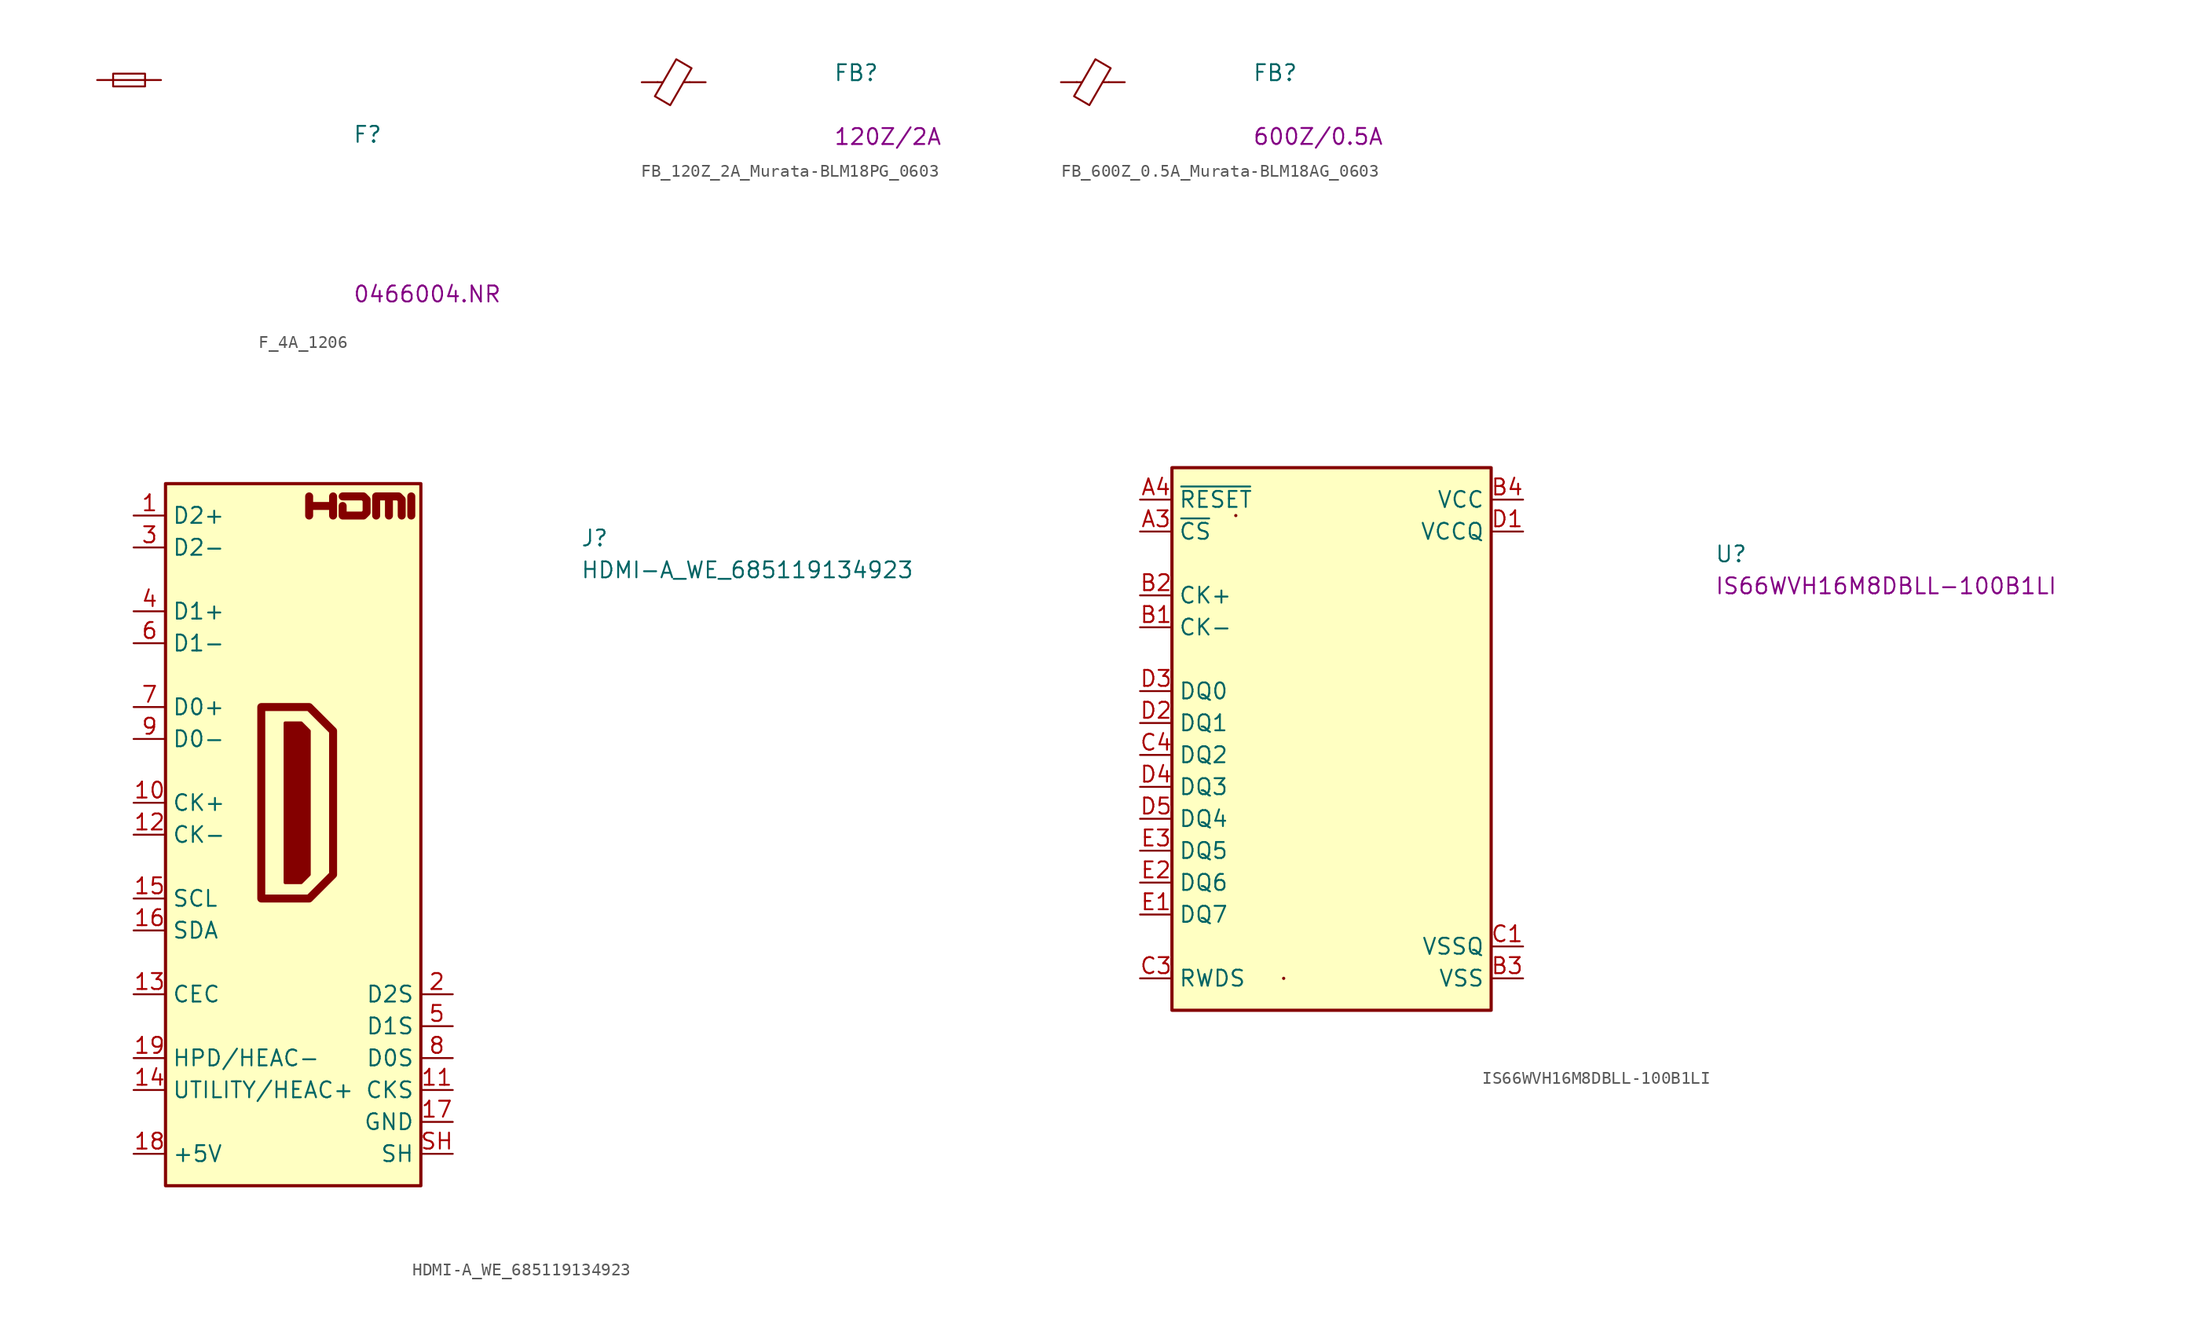
<source format=kicad_sym>
(kicad_symbol_lib
  (version 20220914)
  (generator kicad_symbol_editor)
  (symbol "F_4A_1206"
    (pin_numbers hide)
    (pin_names
      (offset 0.991) hide)
    (property "Reference" "F"
      (at 20.32 -5.08 0)
      (effects (font (size 1.27 1.27) (thickness 0.15)) (justify left bottom)))
    (property "MPN" "0466004.NR "
      (at 20.32 -17.78 0)
      (effects (font (size 1.27 1.27) (thickness 0.15)) (justify left bottom)))
    (symbol "F_4A_1206_0_1"
      (polyline (pts (xy 1.27 0) (xy 3.81 0)) (stroke (width 0) (type default)) (fill (type none)))
      (rectangle (start 1.27 0.508) (end 3.81 -0.508) (stroke (width 0) (type default)) (fill (type none))))
    (symbol "F_4A_1206_1_1"
      (pin passive line (at 0 0 0) (length 1.27) (name "~" (effects (font (size 1.27 1.27)))) (number "1" (effects (font (size 1.27 1.27)))))
      (pin passive line (at 5.08 0 180) (length 1.27) (name "~" (effects (font (size 1.27 1.27)))) (number "2" (effects (font (size 1.27 1.27)))))))
  (symbol "FB_120Z_2A_Murata-BLM18PG_0603"
    (pin_numbers hide)
    (pin_names hide)
    (property "Reference" "FB"
      (at 15.24 0 0)
      (effects (font (size 1.27 1.27) (thickness 0.15)) (justify left bottom)))
    (property "Val" "120Z/2A"
      (at 15.24 -5.08 0)
      (effects (font (size 1.27 1.27)) (justify left bottom)))
    (symbol "FB_120Z_2A_Murata-BLM18PG_0603_0_1"
      (polyline (pts (xy 1.651 0) (xy 1.245 0)) (stroke (width 0) (type default)) (fill (type none)))
      (polyline (pts (xy 3.81 0) (xy 3.327 0)) (stroke (width 0) (type default)) (fill (type none)))
      (polyline (pts (xy 2.261 -1.829) (xy 1.041 -1.118) (xy 2.743 1.829) (xy 3.962 1.118) (xy 2.261 -1.829)) (stroke (width 0) (type default)) (fill (type none))))
    (symbol "FB_120Z_2A_Murata-BLM18PG_0603_1_1"
      (pin passive line (at 0 0 0) (length 1.27) (name "~" (effects (font (size 1.27 1.27)))) (number "1" (effects (font (size 1.27 1.27)))))
      (pin passive line (at 5.08 0 180) (length 1.27) (name "~" (effects (font (size 1.27 1.27)))) (number "2" (effects (font (size 1.27 1.27)))))))
  (symbol "FB_600Z_0.5A_Murata-BLM18AG_0603"
    (pin_numbers hide)
    (pin_names hide)
    (property "Reference" "FB"
      (at 15.24 0 0)
      (effects (font (size 1.27 1.27) (thickness 0.15)) (justify left bottom)))
    (property "Val" "600Z/0.5A"
      (at 15.24 -5.08 0)
      (effects (font (size 1.27 1.27)) (justify left bottom)))
    (symbol "FB_600Z_0.5A_Murata-BLM18AG_0603_0_1"
      (polyline (pts (xy 1.651 0) (xy 1.245 0)) (stroke (width 0) (type default)) (fill (type none)))
      (polyline (pts (xy 3.81 0) (xy 3.327 0)) (stroke (width 0) (type default)) (fill (type none)))
      (polyline (pts (xy 2.261 -1.829) (xy 1.041 -1.118) (xy 2.743 1.829) (xy 3.962 1.118) (xy 2.261 -1.829)) (stroke (width 0) (type default)) (fill (type none))))
    (symbol "FB_600Z_0.5A_Murata-BLM18AG_0603_1_1"
      (pin passive line (at 0 0 0) (length 1.27) (name "~" (effects (font (size 1.27 1.27)))) (number "1" (effects (font (size 1.27 1.27)))))
      (pin passive line (at 5.08 0 180) (length 1.27) (name "~" (effects (font (size 1.27 1.27)))) (number "2" (effects (font (size 1.27 1.27)))))))
  (symbol "HDMI-A_WE_685119134923"
    (property "Reference" "J"
      (at 35.56 -2.54 0)
      (effects (font (size 1.27 1.27) (thickness 0.15)) (justify left bottom)))
    (property "Value" "HDMI-A_WE_685119134923"
      (at 35.56 -5.08 0)
      (effects (font (size 1.27 1.27) (thickness 0.15)) (justify left bottom)))
    (symbol "HDMI-A_WE_685119134923_0_0"
      (polyline (pts (xy 22.098 0) (xy 22.098 1.524)) (stroke (width 0.635) (type default)) (fill (type none)))
      (polyline (pts (xy 13.97 0) (xy 13.97 1.524) (xy 13.97 0.762) (xy 15.875 0.762) (xy 15.875 1.524) (xy 15.875 0)) (stroke (width 0.635) (type default)) (fill (type none)))
      (polyline (pts (xy 16.637 1.524) (xy 18.288 1.524) (xy 18.542 1.27) (xy 18.542 0.254) (xy 18.288 0) (xy 16.637 0) (xy 16.637 0.762)) (stroke (width 0.635) (type default)) (fill (type none))))
    (symbol "HDMI-A_WE_685119134923_0_1"
      (polyline (pts (xy 10.16 -15.24) (xy 13.97 -15.24) (xy 15.875 -17.145) (xy 15.875 -28.575) (xy 13.97 -30.48) (xy 10.16 -30.48) (xy 10.16 -15.24)) (stroke (width 0.635) (type default)) (fill (type none)))
      (polyline (pts (xy 12.065 -16.51) (xy 13.335 -16.51) (xy 13.97 -17.145) (xy 13.97 -28.575) (xy 13.335 -29.21) (xy 12.065 -29.21) (xy 12.065 -16.51)) (stroke (width 0.254) (type default)) (fill (type outline)))
      (polyline (pts (xy 19.304 0) (xy 19.304 1.524) (xy 20.32 1.524) (xy 20.32 0) (xy 20.32 1.524) (xy 21.082 1.524) (xy 21.336 1.27) (xy 21.336 0)) (stroke (width 0.635) (type default)) (fill (type none))))
    (symbol "HDMI-A_WE_685119134923_1_1"
      (rectangle (start 2.54 2.54) (end 22.86 -53.34) (stroke (width 0.254) (type default)) (fill (type background)))
      (pin bidirectional line (at 0 0 0) (length 2.54) (name "D2+" (effects (font (size 1.27 1.27)))) (number "1" (effects (font (size 1.27 1.27)))))
      (pin bidirectional line (at 0 -22.86 0) (length 2.54) (name "CK+" (effects (font (size 1.27 1.27)))) (number "10" (effects (font (size 1.27 1.27)))))
      (pin passive line (at 25.4 -45.72 180) (length 2.54) (name "CKS" (effects (font (size 1.27 1.27)))) (number "11" (effects (font (size 1.27 1.27)))))
      (pin bidirectional line (at 0 -25.4 0) (length 2.54) (name "CK-" (effects (font (size 1.27 1.27)))) (number "12" (effects (font (size 1.27 1.27)))))
      (pin bidirectional line (at 0 -38.1 0) (length 2.54) (name "CEC" (effects (font (size 1.27 1.27)))) (number "13" (effects (font (size 1.27 1.27)))))
      (pin bidirectional line (at 0 -45.72 0) (length 2.54) (name "UTILITY/HEAC+" (effects (font (size 1.27 1.27)))) (number "14" (effects (font (size 1.27 1.27)))) (alternate "HEAC+" passive line) (alternate "UTILITY" passive line))
      (pin bidirectional line (at 0 -30.48 0) (length 2.54) (name "SCL" (effects (font (size 1.27 1.27)))) (number "15" (effects (font (size 1.27 1.27)))))
      (pin bidirectional line (at 0 -33.02 0) (length 2.54) (name "SDA" (effects (font (size 1.27 1.27)))) (number "16" (effects (font (size 1.27 1.27)))))
      (pin power_in line (at 25.4 -48.26 180) (length 2.54) (name "GND" (effects (font (size 1.27 1.27)))) (number "17" (effects (font (size 1.27 1.27)))))
      (pin power_in line (at 0 -50.8 0) (length 2.54) (name "+5V" (effects (font (size 1.27 1.27)))) (number "18" (effects (font (size 1.27 1.27)))))
      (pin bidirectional line (at 0 -43.18 0) (length 2.54) (name "HPD/HEAC-" (effects (font (size 1.27 1.27)))) (number "19" (effects (font (size 1.27 1.27)))) (alternate "HEAC-" passive line) (alternate "HPD" passive line))
      (pin passive line (at 25.4 -38.1 180) (length 2.54) (name "D2S" (effects (font (size 1.27 1.27)))) (number "2" (effects (font (size 1.27 1.27)))))
      (pin bidirectional line (at 0 -2.54 0) (length 2.54) (name "D2-" (effects (font (size 1.27 1.27)))) (number "3" (effects (font (size 1.27 1.27)))))
      (pin bidirectional line (at 0 -7.62 0) (length 2.54) (name "D1+" (effects (font (size 1.27 1.27)))) (number "4" (effects (font (size 1.27 1.27)))))
      (pin passive line (at 25.4 -40.64 180) (length 2.54) (name "D1S" (effects (font (size 1.27 1.27)))) (number "5" (effects (font (size 1.27 1.27)))))
      (pin bidirectional line (at 0 -10.16 0) (length 2.54) (name "D1-" (effects (font (size 1.27 1.27)))) (number "6" (effects (font (size 1.27 1.27)))))
      (pin bidirectional line (at 0 -15.24 0) (length 2.54) (name "D0+" (effects (font (size 1.27 1.27)))) (number "7" (effects (font (size 1.27 1.27)))))
      (pin passive line (at 25.4 -43.18 180) (length 2.54) (name "D0S" (effects (font (size 1.27 1.27)))) (number "8" (effects (font (size 1.27 1.27)))))
      (pin bidirectional line (at 0 -17.78 0) (length 2.54) (name "D0-" (effects (font (size 1.27 1.27)))) (number "9" (effects (font (size 1.27 1.27)))))
      (pin passive line (at 25.4 -50.8 180) (length 2.54) (name "SH" (effects (font (size 1.27 1.27)))) (number "SH" (effects (font (size 1.27 1.27)))))))
  (symbol "IS66WVH16M8DBLL-100B1LI"
    (property "Reference" "U"
      (at 45.72 -5.08 0)
      (effects (font (size 1.27 1.27) (thickness 0.15)) (justify left bottom)))
    (property "MPN" "IS66WVH16M8DBLL-100B1LI"
      (at 45.72 -7.62 0)
      (effects (font (size 1.27 1.27) (thickness 0.15)) (justify left bottom)))
    (symbol "IS66WVH16M8DBLL-100B1LI_1_1"
      (rectangle (start 2.54 2.54) (end 27.94 -40.64) (stroke (width 0.254) (type default)) (fill (type background)))
      (rectangle (start 7.62 -1.27) (end 7.62 -1.27) (stroke (width 0.254) (type default)) (fill (type background)))
      (rectangle (start 11.43 -38.1) (end 11.43 -38.1) (stroke (width 0.254) (type default)) (fill (type background)))
      (pin no_connect line (at 27.94 -29.21 180) (length 2.54) hide (name "NC" (effects (font (size 1.27 1.27)))) (number "A2" (effects (font (size 1.27 1.27)))))
      (pin input line (at 0 -2.54 0) (length 2.54) (name "~{CS}" (effects (font (size 1.27 1.27)))) (number "A3" (effects (font (size 1.27 1.27)))))
      (pin input line (at 0 0 0) (length 2.54) (name "~{RESET}" (effects (font (size 1.27 1.27)))) (number "A4" (effects (font (size 1.27 1.27)))))
      (pin no_connect line (at 27.94 -27.94 180) (length 2.54) hide (name "NC" (effects (font (size 1.27 1.27)))) (number "A5" (effects (font (size 1.27 1.27)))))
      (pin input line (at 0 -10.16 0) (length 2.54) (name "CK-" (effects (font (size 1.27 1.27)))) (number "B1" (effects (font (size 1.27 1.27)))))
      (pin input line (at 0 -7.62 0) (length 2.54) (name "CK+" (effects (font (size 1.27 1.27)))) (number "B2" (effects (font (size 1.27 1.27)))))
      (pin power_in line (at 30.48 -38.1 180) (length 2.54) (name "VSS" (effects (font (size 1.27 1.27)))) (number "B3" (effects (font (size 1.27 1.27)))))
      (pin power_in line (at 30.48 0 180) (length 2.54) (name "VCC" (effects (font (size 1.27 1.27)))) (number "B4" (effects (font (size 1.27 1.27)))))
      (pin no_connect line (at 27.94 -26.67 180) (length 2.54) hide (name "NC" (effects (font (size 1.27 1.27)))) (number "B5" (effects (font (size 1.27 1.27)))))
      (pin power_in line (at 30.48 -35.56 180) (length 2.54) (name "VSSQ" (effects (font (size 1.27 1.27)))) (number "C1" (effects (font (size 1.27 1.27)))))
      (pin no_connect line (at 27.94 -31.75 180) (length 2.54) hide (name "NC" (effects (font (size 1.27 1.27)))) (number "C2" (effects (font (size 1.27 1.27)))))
      (pin bidirectional line (at 0 -38.1 0) (length 2.54) (name "RWDS" (effects (font (size 1.27 1.27)))) (number "C3" (effects (font (size 1.27 1.27)))))
      (pin bidirectional line (at 0 -20.32 0) (length 2.54) (name "DQ2" (effects (font (size 1.27 1.27)))) (number "C4" (effects (font (size 1.27 1.27)))))
      (pin no_connect line (at 27.94 -30.48 180) (length 2.54) hide (name "NC" (effects (font (size 1.27 1.27)))) (number "C5" (effects (font (size 1.27 1.27)))))
      (pin power_in line (at 30.48 -2.54 180) (length 2.54) (name "VCCQ" (effects (font (size 1.27 1.27)))) (number "D1" (effects (font (size 1.27 1.27)))))
      (pin bidirectional line (at 0 -17.78 0) (length 2.54) (name "DQ1" (effects (font (size 1.27 1.27)))) (number "D2" (effects (font (size 1.27 1.27)))))
      (pin bidirectional line (at 0 -15.24 0) (length 2.54) (name "DQ0" (effects (font (size 1.27 1.27)))) (number "D3" (effects (font (size 1.27 1.27)))))
      (pin bidirectional line (at 0 -22.86 0) (length 2.54) (name "DQ3" (effects (font (size 1.27 1.27)))) (number "D4" (effects (font (size 1.27 1.27)))))
      (pin bidirectional line (at 0 -25.4 0) (length 2.54) (name "DQ4" (effects (font (size 1.27 1.27)))) (number "D5" (effects (font (size 1.27 1.27)))))
      (pin bidirectional line (at 0 -33.02 0) (length 2.54) (name "DQ7" (effects (font (size 1.27 1.27)))) (number "E1" (effects (font (size 1.27 1.27)))))
      (pin bidirectional line (at 0 -30.48 0) (length 2.54) (name "DQ6" (effects (font (size 1.27 1.27)))) (number "E2" (effects (font (size 1.27 1.27)))))
      (pin bidirectional line (at 0 -27.94 0) (length 2.54) (name "DQ5" (effects (font (size 1.27 1.27)))) (number "E3" (effects (font (size 1.27 1.27)))))
      (pin passive line (at 30.48 -2.54 180) (length 2.54) hide (name "VCCQ" (effects (font (size 1.27 1.27)))) (number "E4" (effects (font (size 1.27 1.27)))))
      (pin passive line (at 30.48 -35.56 180) (length 2.54) hide (name "VSSQ" (effects (font (size 1.27 1.27)))) (number "E5" (effects (font (size 1.27 1.27))))))))
</source>
